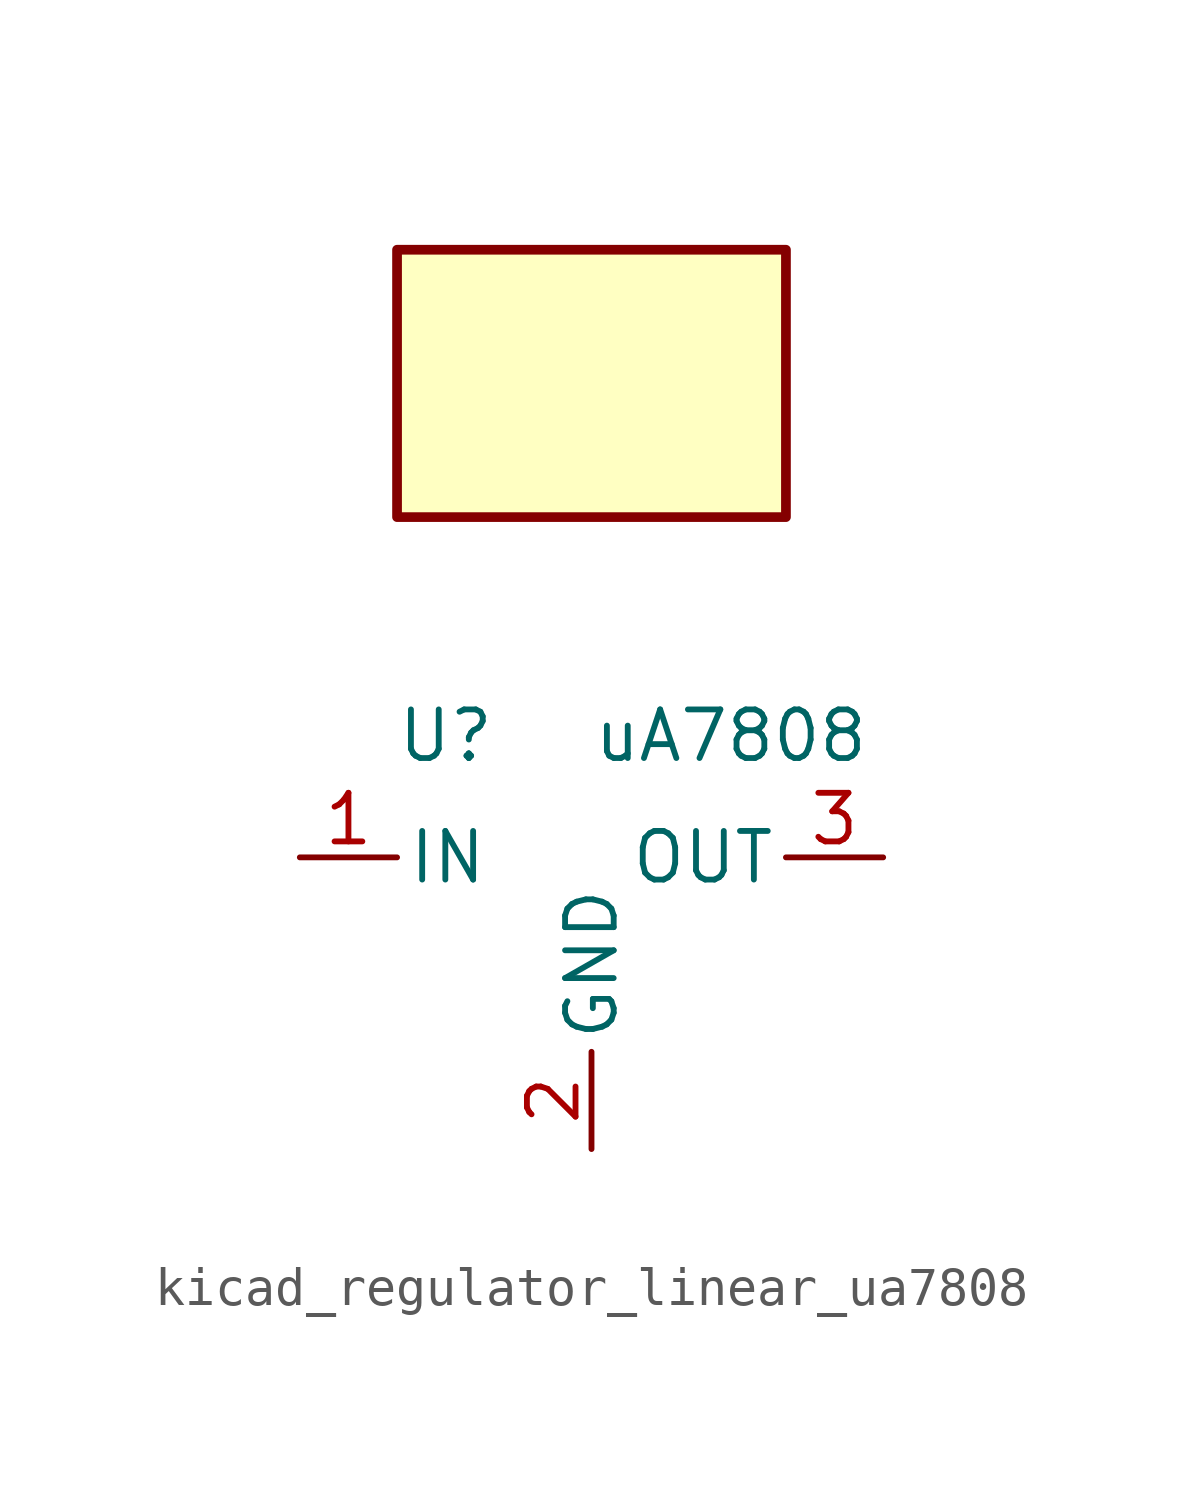
<source format=kicad_sym>
(kicad_symbol_lib
  (version 20220914)
  (generator kicad_symbol_editor)
  (symbol "kicad_regulator_linear_ua7808"
    (pin_names
      (offset 0.254))
    (property "Reference" "U"
      (at -3.81 3.175 0)
      (effects (font (size 1.27 1.27))))
    (property "Value" "uA7808"
      (at 0 3.175 0)
      (effects (font (size 1.27 1.27)) (justify left)))
    (symbol "kicad_regulator_linear_ua7808_0_1"
      (rectangle (start 5.08 15.875) (end -5.08 8.89) (stroke (width 0.254) (type default)) (fill (type background))))
    (symbol "kicad_regulator_linear_ua7808_1_1"
      (pin power_in line (at -7.62 0 0) (length 2.54) (name "IN" (effects (font (size 1.27 1.27)))) (number "1" (effects (font (size 1.27 1.27)))))
      (pin power_in line (at 0 -7.62 90) (length 2.54) (name "GND" (effects (font (size 1.27 1.27)))) (number "2" (effects (font (size 1.27 1.27)))))
      (pin power_out line (at 7.62 0 180) (length 2.54) (name "OUT" (effects (font (size 1.27 1.27)))) (number "3" (effects (font (size 1.27 1.27))))))))
</source>
